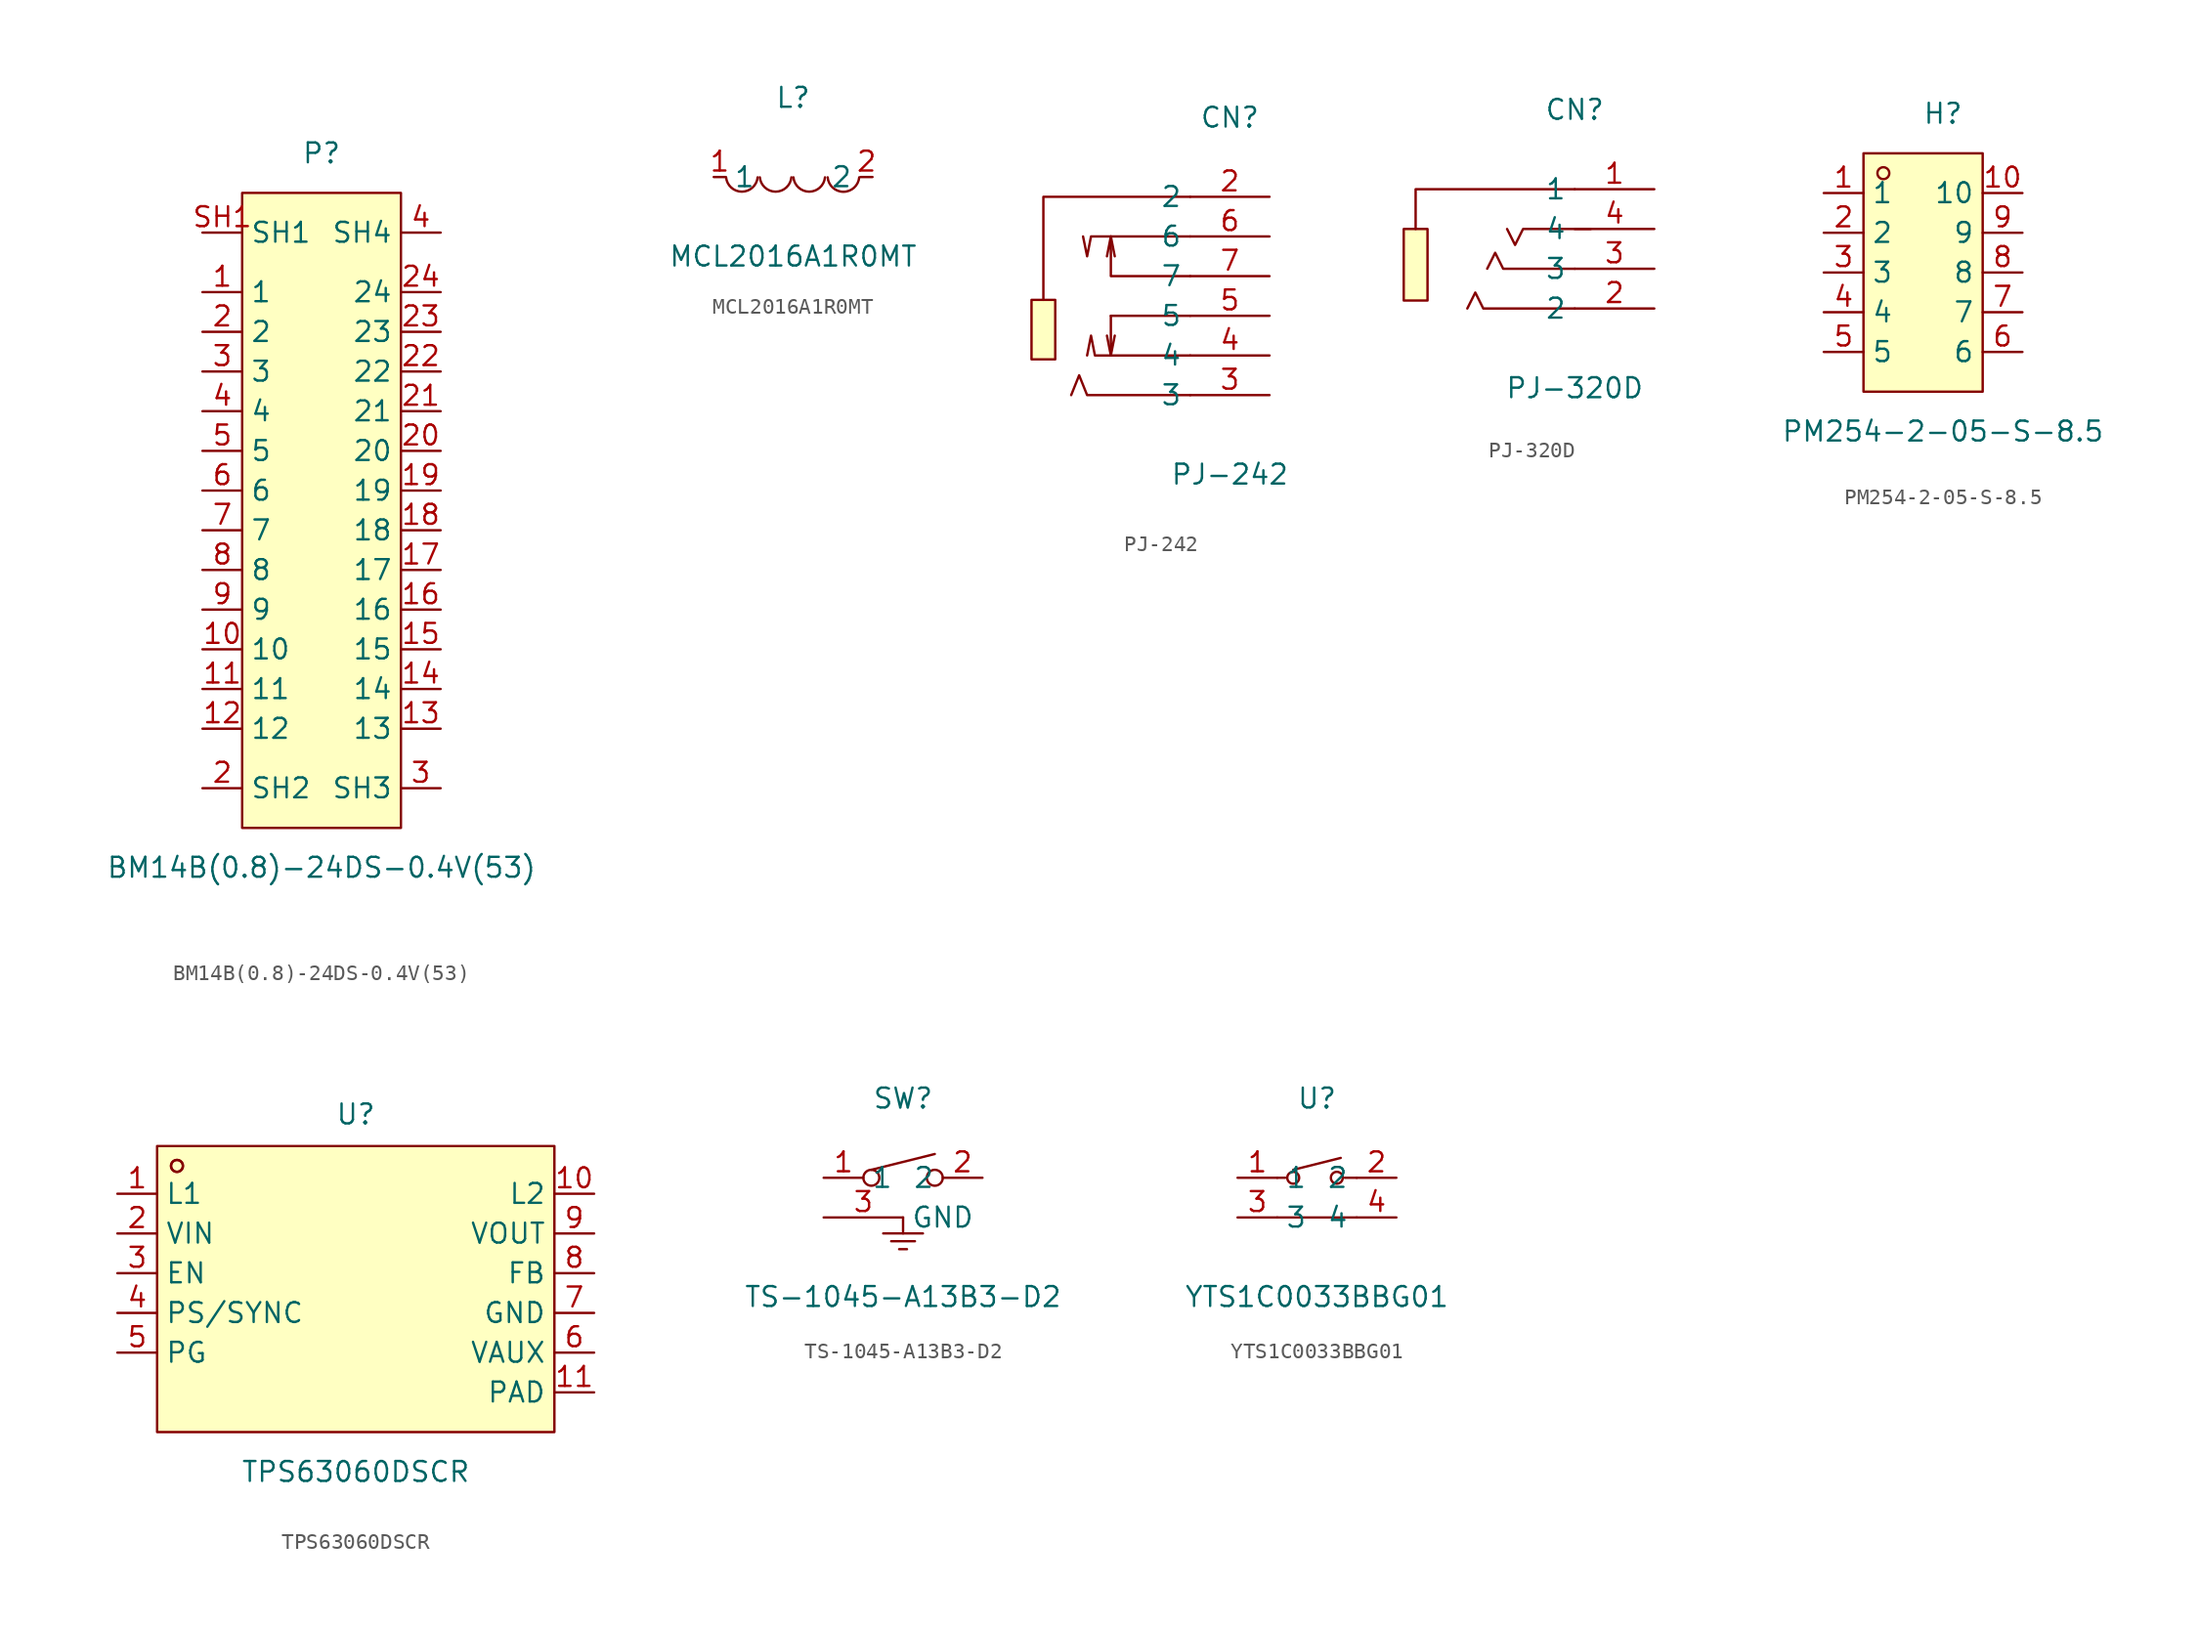
<source format=kicad_sym>
(kicad_symbol_lib
  (version 20211014)
  (generator https://github.com/uPesy/easyeda2kicad.py)
  (symbol "BM14B(0.8)-24DS-0.4V(53)"
    (property "Reference" "P"
      (at 0 22.86 0)
      (effects (font (size 1.27 1.27))))
    (property "Value" "BM14B(0.8)-24DS-0.4V(53)"
      (at 0 -22.86 0)
      (effects (font (size 1.27 1.27))))
    (symbol "BM14B(0.8)-24DS-0.4V(53)_0_1"
      (rectangle (start -5.08 20.32) (end 5.08 -20.32) (stroke (width 0) (type default) (color 0 0 0 0)) (fill (type background)))
      (pin unspecified line (at -7.62 13.97 0) (length 2.54) (name "1" (effects (font (size 1.27 1.27)))) (number "1" (effects (font (size 1.27 1.27)))))
      (pin unspecified line (at -7.62 11.43 0) (length 2.54) (name "2" (effects (font (size 1.27 1.27)))) (number "2" (effects (font (size 1.27 1.27)))))
      (pin unspecified line (at -7.62 8.89 0) (length 2.54) (name "3" (effects (font (size 1.27 1.27)))) (number "3" (effects (font (size 1.27 1.27)))))
      (pin unspecified line (at -7.62 6.35 0) (length 2.54) (name "4" (effects (font (size 1.27 1.27)))) (number "4" (effects (font (size 1.27 1.27)))))
      (pin unspecified line (at -7.62 3.81 0) (length 2.54) (name "5" (effects (font (size 1.27 1.27)))) (number "5" (effects (font (size 1.27 1.27)))))
      (pin unspecified line (at -7.62 1.27 0) (length 2.54) (name "6" (effects (font (size 1.27 1.27)))) (number "6" (effects (font (size 1.27 1.27)))))
      (pin unspecified line (at -7.62 -1.27 0) (length 2.54) (name "7" (effects (font (size 1.27 1.27)))) (number "7" (effects (font (size 1.27 1.27)))))
      (pin unspecified line (at -7.62 -3.81 0) (length 2.54) (name "8" (effects (font (size 1.27 1.27)))) (number "8" (effects (font (size 1.27 1.27)))))
      (pin unspecified line (at -7.62 -6.35 0) (length 2.54) (name "9" (effects (font (size 1.27 1.27)))) (number "9" (effects (font (size 1.27 1.27)))))
      (pin unspecified line (at -7.62 -8.89 0) (length 2.54) (name "10" (effects (font (size 1.27 1.27)))) (number "10" (effects (font (size 1.27 1.27)))))
      (pin unspecified line (at -7.62 -11.43 0) (length 2.54) (name "11" (effects (font (size 1.27 1.27)))) (number "11" (effects (font (size 1.27 1.27)))))
      (pin unspecified line (at -7.62 -13.97 0) (length 2.54) (name "12" (effects (font (size 1.27 1.27)))) (number "12" (effects (font (size 1.27 1.27)))))
      (pin unspecified line (at 7.62 -13.97 180) (length 2.54) (name "13" (effects (font (size 1.27 1.27)))) (number "13" (effects (font (size 1.27 1.27)))))
      (pin unspecified line (at 7.62 -11.43 180) (length 2.54) (name "14" (effects (font (size 1.27 1.27)))) (number "14" (effects (font (size 1.27 1.27)))))
      (pin unspecified line (at 7.62 -8.89 180) (length 2.54) (name "15" (effects (font (size 1.27 1.27)))) (number "15" (effects (font (size 1.27 1.27)))))
      (pin unspecified line (at 7.62 -6.35 180) (length 2.54) (name "16" (effects (font (size 1.27 1.27)))) (number "16" (effects (font (size 1.27 1.27)))))
      (pin unspecified line (at 7.62 -3.81 180) (length 2.54) (name "17" (effects (font (size 1.27 1.27)))) (number "17" (effects (font (size 1.27 1.27)))))
      (pin unspecified line (at 7.62 -1.27 180) (length 2.54) (name "18" (effects (font (size 1.27 1.27)))) (number "18" (effects (font (size 1.27 1.27)))))
      (pin unspecified line (at 7.62 1.27 180) (length 2.54) (name "19" (effects (font (size 1.27 1.27)))) (number "19" (effects (font (size 1.27 1.27)))))
      (pin unspecified line (at 7.62 3.81 180) (length 2.54) (name "20" (effects (font (size 1.27 1.27)))) (number "20" (effects (font (size 1.27 1.27)))))
      (pin unspecified line (at 7.62 6.35 180) (length 2.54) (name "21" (effects (font (size 1.27 1.27)))) (number "21" (effects (font (size 1.27 1.27)))))
      (pin unspecified line (at 7.62 8.89 180) (length 2.54) (name "22" (effects (font (size 1.27 1.27)))) (number "22" (effects (font (size 1.27 1.27)))))
      (pin unspecified line (at 7.62 11.43 180) (length 2.54) (name "23" (effects (font (size 1.27 1.27)))) (number "23" (effects (font (size 1.27 1.27)))))
      (pin unspecified line (at 7.62 13.97 180) (length 2.54) (name "24" (effects (font (size 1.27 1.27)))) (number "24" (effects (font (size 1.27 1.27)))))
      (pin unspecified line (at -7.62 17.78 0) (length 2.54) (name "SH1" (effects (font (size 1.27 1.27)))) (number "SH1" (effects (font (size 1.27 1.27)))))
      (pin unspecified line (at -7.62 -17.78 0) (length 2.54) (name "SH2" (effects (font (size 1.27 1.27)))) (number "2" (effects (font (size 1.27 1.27)))))
      (pin unspecified line (at 7.62 -17.78 180) (length 2.54) (name "SH3" (effects (font (size 1.27 1.27)))) (number "3" (effects (font (size 1.27 1.27)))))
      (pin unspecified line (at 7.62 17.78 180) (length 2.54) (name "SH4" (effects (font (size 1.27 1.27)))) (number "4" (effects (font (size 1.27 1.27)))))))
  (symbol "MCL2016A1R0MT"
    (property "Reference" "L"
      (at 0 5.08 0)
      (effects (font (size 1.27 1.27))))
    (property "Value" "MCL2016A1R0MT"
      (at 0 -5.08 0)
      (effects (font (size 1.27 1.27))))
    (symbol "MCL2016A1R0MT_0_1"
      (arc (start -4.29 -0.02) (mid -2.52 -0.79) (end -2.27 -0.02) (stroke (width 0) (type default) (color 0 0 0 0)) (fill (type none)))
      (arc (start -2.13 -0.02) (mid -0.36 -0.79) (end -0.11 -0.02) (stroke (width 0) (type default) (color 0 0 0 0)) (fill (type none)))
      (arc (start 0.02 -0.02) (mid 1.79 -0.79) (end 2.04 -0.02) (stroke (width 0) (type default) (color 0 0 0 0)) (fill (type none)))
      (arc (start 2.21 -0.02) (mid 3.30 -1.12) (end 4.23 -0.02) (stroke (width 0) (type default) (color 0 0 0 0)) (fill (type none)))
      (pin unspecified line (at 5.08 -0.00 180) (length 0.762) (name "2" (effects (font (size 1.27 1.27)))) (number "2" (effects (font (size 1.27 1.27)))))
      (pin unspecified line (at -5.08 -0.00 0) (length 0.762) (name "1" (effects (font (size 1.27 1.27)))) (number "1" (effects (font (size 1.27 1.27)))))))
  (symbol "PJ-242"
    (property "Reference" "CN"
      (at 0 12.70 0)
      (effects (font (size 1.27 1.27))))
    (property "Value" "PJ-242"
      (at 0 -10.16 0)
      (effects (font (size 1.27 1.27))))
    (symbol "PJ-242_0_1"
      (rectangle (start -12.70 1.02) (end -11.18 -2.79) (stroke (width 0) (type default) (color 0 0 0 0)) (fill (type background)))
      (polyline (pts (xy -2.54 7.62) (xy -11.94 7.62) (xy -11.94 1.02)) (stroke (width 0) (type default) (color 0 0 0 0)) (fill (type none)))
      (polyline (pts (xy -2.54 -5.08) (xy -9.14 -5.08) (xy -9.65 -3.81) (xy -10.16 -5.08)) (stroke (width 0) (type default) (color 0 0 0 0)) (fill (type none)))
      (polyline (pts (xy -7.62 -0.00) (xy -2.54 -0.00)) (stroke (width 0) (type default) (color 0 0 0 0)) (fill (type none)))
      (polyline (pts (xy -7.62 -2.54) (xy -7.87 -1.27)) (stroke (width 0) (type default) (color 0 0 0 0)) (fill (type none)))
      (polyline (pts (xy -7.62 -0.00) (xy -7.62 -2.54) (xy -7.37 -1.27)) (stroke (width 0) (type default) (color 0 0 0 0)) (fill (type none)))
      (polyline (pts (xy -2.54 -2.54) (xy -8.64 -2.54) (xy -8.89 -1.27) (xy -9.14 -2.54)) (stroke (width 0) (type default) (color 0 0 0 0)) (fill (type none)))
      (polyline (pts (xy -7.62 5.08) (xy -7.37 3.81)) (stroke (width 0) (type default) (color 0 0 0 0)) (fill (type none)))
      (polyline (pts (xy -2.54 2.54) (xy -7.62 2.54) (xy -7.62 5.08) (xy -7.87 3.81)) (stroke (width 0) (type default) (color 0 0 0 0)) (fill (type none)))
      (polyline (pts (xy -2.54 5.08) (xy -8.89 5.08) (xy -9.14 3.81) (xy -9.40 5.08)) (stroke (width 0) (type default) (color 0 0 0 0)) (fill (type none)))
      (pin unspecified line (at 2.54 5.08 180) (length 5.08) (name "6" (effects (font (size 1.27 1.27)))) (number "6" (effects (font (size 1.27 1.27)))))
      (pin unspecified line (at 2.54 2.54 180) (length 5.08) (name "7" (effects (font (size 1.27 1.27)))) (number "7" (effects (font (size 1.27 1.27)))))
      (pin unspecified line (at 2.54 -0.00 180) (length 5.08) (name "5" (effects (font (size 1.27 1.27)))) (number "5" (effects (font (size 1.27 1.27)))))
      (pin unspecified line (at 2.54 -2.54 180) (length 5.08) (name "4" (effects (font (size 1.27 1.27)))) (number "4" (effects (font (size 1.27 1.27)))))
      (pin unspecified line (at 2.54 -5.08 180) (length 5.08) (name "3" (effects (font (size 1.27 1.27)))) (number "3" (effects (font (size 1.27 1.27)))))
      (pin unspecified line (at 2.54 7.62 180) (length 5.08) (name "2" (effects (font (size 1.27 1.27)))) (number "2" (effects (font (size 1.27 1.27)))))))
  (symbol "PJ-320D"
    (property "Reference" "CN"
      (at 0 7.62 0)
      (effects (font (size 1.27 1.27))))
    (property "Value" "PJ-320D"
      (at 0 -10.16 0)
      (effects (font (size 1.27 1.27))))
    (symbol "PJ-320D_0_1"
      (rectangle (start -10.92 -0.00) (end -9.40 -4.57) (stroke (width 0) (type default) (color 0 0 0 0)) (fill (type background)))
      (polyline (pts (xy 0.00 -5.08) (xy -5.84 -5.08) (xy -6.35 -4.06) (xy -6.86 -5.08)) (stroke (width 0) (type default) (color 0 0 0 0)) (fill (type none)))
      (polyline (pts (xy 0.00 -2.54) (xy -4.57 -2.54) (xy -5.08 -1.52) (xy -5.59 -2.54)) (stroke (width 0) (type default) (color 0 0 0 0)) (fill (type none)))
      (polyline (pts (xy 1.02 -0.00) (xy -3.30 -0.00) (xy -3.81 -1.02) (xy -4.32 -0.00)) (stroke (width 0) (type default) (color 0 0 0 0)) (fill (type none)))
      (polyline (pts (xy 0.00 2.54) (xy -10.16 2.54) (xy -10.16 -0.00)) (stroke (width 0) (type default) (color 0 0 0 0)) (fill (type none)))
      (pin unspecified line (at 5.08 -0.00 180) (length 5.08) (name "4" (effects (font (size 1.27 1.27)))) (number "4" (effects (font (size 1.27 1.27)))))
      (pin unspecified line (at 5.08 -5.08 180) (length 5.08) (name "2" (effects (font (size 1.27 1.27)))) (number "2" (effects (font (size 1.27 1.27)))))
      (pin unspecified line (at 5.08 -2.54 180) (length 5.08) (name "3" (effects (font (size 1.27 1.27)))) (number "3" (effects (font (size 1.27 1.27)))))
      (pin unspecified line (at 5.08 2.54 180) (length 5.08) (name "1" (effects (font (size 1.27 1.27)))) (number "1" (effects (font (size 1.27 1.27)))))))
  (symbol "PM254-2-05-S-8.5"
    (property "Reference" "H"
      (at 0 10.16 0)
      (effects (font (size 1.27 1.27))))
    (property "Value" "PM254-2-05-S-8.5"
      (at 0 -10.16 0)
      (effects (font (size 1.27 1.27))))
    (symbol "PM254-2-05-S-8.5_0_1"
      (rectangle (start -5.08 7.62) (end 2.54 -7.62) (stroke (width 0) (type default) (color 0 0 0 0)) (fill (type background)))
      (circle (center -3.81 6.35) (radius 0.38) (stroke (width 0) (type default) (color 0 0 0 0)) (fill (type none)))
      (pin unspecified line (at 5.08 5.08 180) (length 2.54) (name "10" (effects (font (size 1.27 1.27)))) (number "10" (effects (font (size 1.27 1.27)))))
      (pin unspecified line (at 5.08 2.54 180) (length 2.54) (name "9" (effects (font (size 1.27 1.27)))) (number "9" (effects (font (size 1.27 1.27)))))
      (pin unspecified line (at 5.08 -0.00 180) (length 2.54) (name "8" (effects (font (size 1.27 1.27)))) (number "8" (effects (font (size 1.27 1.27)))))
      (pin unspecified line (at 5.08 -2.54 180) (length 2.54) (name "7" (effects (font (size 1.27 1.27)))) (number "7" (effects (font (size 1.27 1.27)))))
      (pin unspecified line (at 5.08 -5.08 180) (length 2.54) (name "6" (effects (font (size 1.27 1.27)))) (number "6" (effects (font (size 1.27 1.27)))))
      (pin unspecified line (at -7.62 -5.08 0) (length 2.54) (name "5" (effects (font (size 1.27 1.27)))) (number "5" (effects (font (size 1.27 1.27)))))
      (pin unspecified line (at -7.62 -2.54 0) (length 2.54) (name "4" (effects (font (size 1.27 1.27)))) (number "4" (effects (font (size 1.27 1.27)))))
      (pin unspecified line (at -7.62 -0.00 0) (length 2.54) (name "3" (effects (font (size 1.27 1.27)))) (number "3" (effects (font (size 1.27 1.27)))))
      (pin unspecified line (at -7.62 2.54 0) (length 2.54) (name "2" (effects (font (size 1.27 1.27)))) (number "2" (effects (font (size 1.27 1.27)))))
      (pin unspecified line (at -7.62 5.08 0) (length 2.54) (name "1" (effects (font (size 1.27 1.27)))) (number "1" (effects (font (size 1.27 1.27)))))))
  (symbol "TPS63060DSCR"
    (property "Reference" "U"
      (at 0 11.43 0)
      (effects (font (size 1.27 1.27))))
    (property "Value" "TPS63060DSCR"
      (at 0 -11.43 0)
      (effects (font (size 1.27 1.27))))
    (symbol "TPS63060DSCR_0_1"
      (rectangle (start -12.70 9.40) (end 12.70 -8.89) (stroke (width 0) (type default) (color 0 0 0 0)) (fill (type background)))
      (circle (center -11.43 8.13) (radius 0.38) (stroke (width 0) (type default) (color 0 0 0 0)) (fill (type none)))
      (circle (center -11.43 8.13) (radius 0.38) (stroke (width 0) (type default) (color 0 0 0 0)) (fill (type none)))
      (pin unspecified line (at -15.24 6.35 0) (length 2.54) (name "L1" (effects (font (size 1.27 1.27)))) (number "1" (effects (font (size 1.27 1.27)))))
      (pin unspecified line (at -15.24 3.81 0) (length 2.54) (name "VIN" (effects (font (size 1.27 1.27)))) (number "2" (effects (font (size 1.27 1.27)))))
      (pin unspecified line (at -15.24 1.27 0) (length 2.54) (name "EN" (effects (font (size 1.27 1.27)))) (number "3" (effects (font (size 1.27 1.27)))))
      (pin unspecified line (at -15.24 -1.27 0) (length 2.54) (name "PS/SYNC" (effects (font (size 1.27 1.27)))) (number "4" (effects (font (size 1.27 1.27)))))
      (pin unspecified line (at -15.24 -3.81 0) (length 2.54) (name "PG" (effects (font (size 1.27 1.27)))) (number "5" (effects (font (size 1.27 1.27)))))
      (pin unspecified line (at 15.24 -3.81 180) (length 2.54) (name "VAUX" (effects (font (size 1.27 1.27)))) (number "6" (effects (font (size 1.27 1.27)))))
      (pin unspecified line (at 15.24 -1.27 180) (length 2.54) (name "GND" (effects (font (size 1.27 1.27)))) (number "7" (effects (font (size 1.27 1.27)))))
      (pin unspecified line (at 15.24 1.27 180) (length 2.54) (name "FB" (effects (font (size 1.27 1.27)))) (number "8" (effects (font (size 1.27 1.27)))))
      (pin unspecified line (at 15.24 3.81 180) (length 2.54) (name "VOUT" (effects (font (size 1.27 1.27)))) (number "9" (effects (font (size 1.27 1.27)))))
      (pin unspecified line (at 15.24 6.35 180) (length 2.54) (name "L2" (effects (font (size 1.27 1.27)))) (number "10" (effects (font (size 1.27 1.27)))))
      (pin unspecified line (at 15.24 -6.35 180) (length 2.54) (name "PAD" (effects (font (size 1.27 1.27)))) (number "11" (effects (font (size 1.27 1.27)))))))
  (symbol "TS-1045-A13B3-D2"
    (property "Reference" "SW"
      (at 0 5.08 0)
      (effects (font (size 1.27 1.27))))
    (property "Value" "TS-1045-A13B3-D2"
      (at 0 -7.62 0)
      (effects (font (size 1.27 1.27))))
    (symbol "TS-1045-A13B3-D2_0_1"
      (circle (center 2.03 -0.00) (radius 0.51) (stroke (width 0) (type default) (color 0 0 0 0)) (fill (type none)))
      (circle (center -2.03 -0.00) (radius 0.51) (stroke (width 0) (type default) (color 0 0 0 0)) (fill (type none)))
      (polyline (pts (xy 1.27 -3.56) (xy -1.27 -3.56)) (stroke (width 0) (type default) (color 0 0 0 0)) (fill (type none)))
      (polyline (pts (xy 0.76 -4.06) (xy -0.76 -4.06)) (stroke (width 0) (type default) (color 0 0 0 0)) (fill (type none)))
      (polyline (pts (xy 0.25 -4.57) (xy -0.25 -4.57)) (stroke (width 0) (type default) (color 0 0 0 0)) (fill (type none)))
      (polyline (pts (xy 0.00 -2.54) (xy 0.00 -3.56)) (stroke (width 0) (type default) (color 0 0 0 0)) (fill (type none)))
      (polyline (pts (xy 2.03 1.52) (xy -2.03 0.51)) (stroke (width 0) (type default) (color 0 0 0 0)) (fill (type none)))
      (pin unspecified line (at -5.08 -2.54 0) (length 5.08) (name "GND" (effects (font (size 1.27 1.27)))) (number "3" (effects (font (size 1.27 1.27)))))
      (pin unspecified line (at -5.08 -0.00 0) (length 2.54) (name "1" (effects (font (size 1.27 1.27)))) (number "1" (effects (font (size 1.27 1.27)))))
      (pin unspecified line (at 5.08 -0.00 180) (length 2.54) (name "2" (effects (font (size 1.27 1.27)))) (number "2" (effects (font (size 1.27 1.27)))))))
  (symbol "YTS1C0033BBG01"
    (property "Reference" "U"
      (at 0 5.08 0)
      (effects (font (size 1.27 1.27))))
    (property "Value" "YTS1C0033BBG01"
      (at 0 -7.62 0)
      (effects (font (size 1.27 1.27))))
    (symbol "YTS1C0033BBG01_0_1"
      (circle (center 1.27 -0.00) (radius 0.38) (stroke (width 0) (type default) (color 0 0 0 0)) (fill (type none)))
      (circle (center -1.52 -0.00) (radius 0.38) (stroke (width 0) (type default) (color 0 0 0 0)) (fill (type none)))
      (polyline (pts (xy -2.54 -2.54) (xy 2.54 -2.54)) (stroke (width 0) (type default) (color 0 0 0 0)) (fill (type none)))
      (polyline (pts (xy -1.52 0.51) (xy 1.52 1.27)) (stroke (width 0) (type default) (color 0 0 0 0)) (fill (type none)))
      (polyline (pts (xy -2.03 -0.00) (xy -2.54 -0.00)) (stroke (width 0) (type default) (color 0 0 0 0)) (fill (type none)))
      (polyline (pts (xy 1.78 -0.00) (xy 2.54 -0.00)) (stroke (width 0) (type default) (color 0 0 0 0)) (fill (type none)))
      (pin unspecified line (at 5.08 -2.54 180) (length 2.54) (name "4" (effects (font (size 1.27 1.27)))) (number "4" (effects (font (size 1.27 1.27)))))
      (pin unspecified line (at -5.08 -2.54 0) (length 2.54) (name "3" (effects (font (size 1.27 1.27)))) (number "3" (effects (font (size 1.27 1.27)))))
      (pin unspecified line (at 5.08 -0.00 180) (length 2.54) (name "2" (effects (font (size 1.27 1.27)))) (number "2" (effects (font (size 1.27 1.27)))))
      (pin unspecified line (at -5.08 -0.00 0) (length 2.54) (name "1" (effects (font (size 1.27 1.27)))) (number "1" (effects (font (size 1.27 1.27))))))))
</source>
